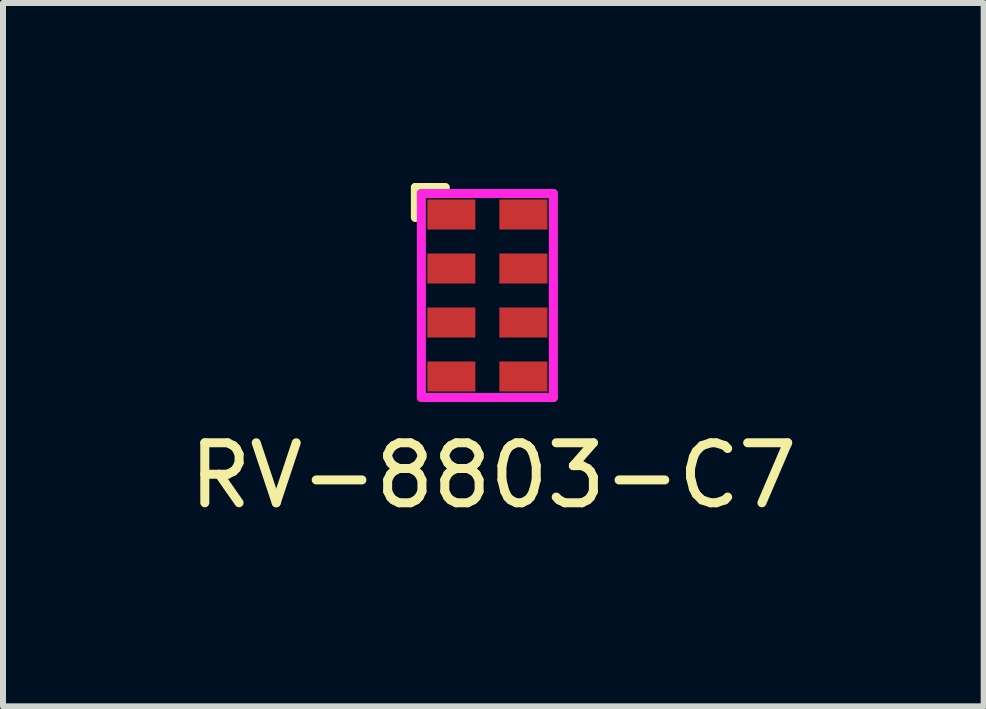
<source format=kicad_pcb>
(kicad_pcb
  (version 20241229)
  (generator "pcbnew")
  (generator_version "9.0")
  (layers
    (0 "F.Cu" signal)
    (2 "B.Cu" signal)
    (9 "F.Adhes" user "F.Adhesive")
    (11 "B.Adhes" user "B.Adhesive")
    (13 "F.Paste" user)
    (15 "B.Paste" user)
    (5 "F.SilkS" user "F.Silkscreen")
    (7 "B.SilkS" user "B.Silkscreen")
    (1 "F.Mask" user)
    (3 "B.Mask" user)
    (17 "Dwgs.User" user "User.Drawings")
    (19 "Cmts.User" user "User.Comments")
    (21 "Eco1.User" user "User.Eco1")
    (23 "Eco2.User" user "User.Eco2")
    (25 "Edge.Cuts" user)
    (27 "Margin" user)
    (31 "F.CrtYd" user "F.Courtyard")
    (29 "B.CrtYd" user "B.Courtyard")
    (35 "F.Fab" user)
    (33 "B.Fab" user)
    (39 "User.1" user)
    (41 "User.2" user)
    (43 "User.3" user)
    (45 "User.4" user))
  (footprint "RV-8803-C7"
    (layer "F.Cu")
    (at 5.073 1.875)
    (property "Reference" "RV-8803-C7" (at 0.1 3 0) (layer "F.SilkS") (effects (font (size 1 1) (thickness 0.15))))
    (attr through_hole)
    (fp_line (start -1.2 -1.8) (end -1.2 -1.3) (stroke (width 0.15) (type solid)) (layer "F.SilkS"))
    (fp_line (start -0.7 -1.8) (end -1.2 -1.8) (stroke (width 0.15) (type solid)) (layer "F.SilkS"))
    (fp_line (start -1.1 -1.7) (end -1.1 1.7) (stroke (width 0.15) (type solid)) (layer "F.CrtYd"))
    (fp_line (start -1.1 1.7) (end 1.1 1.7) (stroke (width 0.15) (type solid)) (layer "F.CrtYd"))
    (fp_line (start 1.1 -1.7) (end -1.1 -1.7) (stroke (width 0.15) (type solid)) (layer "F.CrtYd"))
    (fp_line (start 1.1 1.7) (end 1.1 -1.7) (stroke (width 0.15) (type solid)) (layer "F.CrtYd"))
    (pad "1" smd rect (at -0.6 -1.35) (size 0.8 0.5) (layers "F.Cu" "F.Mask" "F.Paste"))
    (pad "2" smd rect (at -0.6 -0.45) (size 0.8 0.5) (layers "F.Cu" "F.Mask" "F.Paste"))
    (pad "3" smd rect (at -0.6 0.45) (size 0.8 0.5) (layers "F.Cu" "F.Mask" "F.Paste"))
    (pad "4" smd rect (at -0.6 1.35) (size 0.8 0.5) (layers "F.Cu" "F.Mask" "F.Paste"))
    (pad "5" smd rect (at 0.6 1.35) (size 0.8 0.5) (layers "F.Cu" "F.Mask" "F.Paste"))
    (pad "6" smd rect (at 0.6 0.45) (size 0.8 0.5) (layers "F.Cu" "F.Mask" "F.Paste"))
    (pad "7" smd rect (at 0.6 -0.45) (size 0.8 0.5) (layers "F.Cu" "F.Mask" "F.Paste"))
    (pad "8" smd rect (at 0.6 -1.35) (size 0.8 0.5) (layers "F.Cu" "F.Mask" "F.Paste")))
  (gr_rect
    (start -3 -3)
    (end 13.345 8.723)
    (stroke (width 0.1) (type default))
    (fill no)
    (layer "Edge.Cuts")))
</source>
